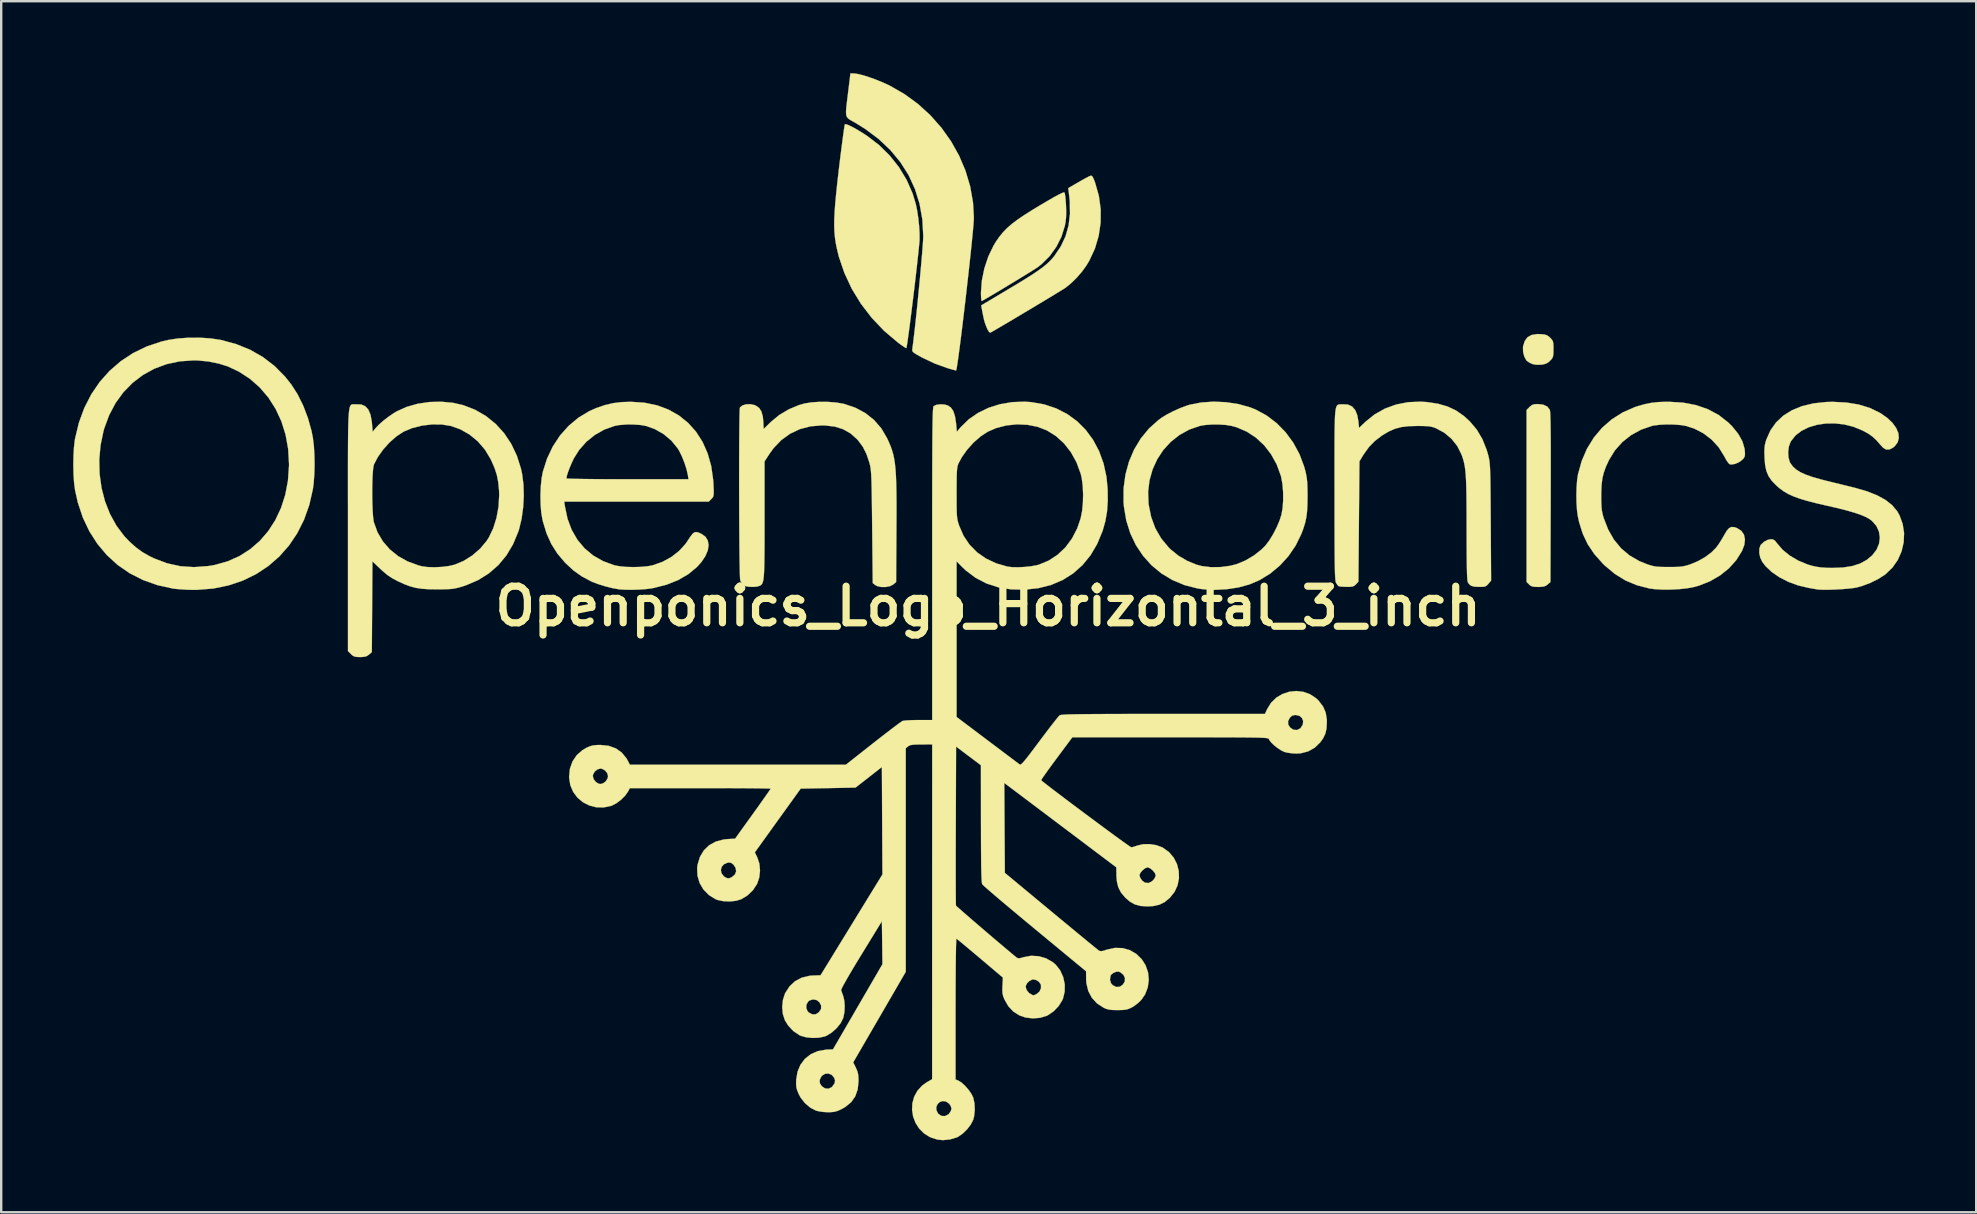
<source format=kicad_pcb>
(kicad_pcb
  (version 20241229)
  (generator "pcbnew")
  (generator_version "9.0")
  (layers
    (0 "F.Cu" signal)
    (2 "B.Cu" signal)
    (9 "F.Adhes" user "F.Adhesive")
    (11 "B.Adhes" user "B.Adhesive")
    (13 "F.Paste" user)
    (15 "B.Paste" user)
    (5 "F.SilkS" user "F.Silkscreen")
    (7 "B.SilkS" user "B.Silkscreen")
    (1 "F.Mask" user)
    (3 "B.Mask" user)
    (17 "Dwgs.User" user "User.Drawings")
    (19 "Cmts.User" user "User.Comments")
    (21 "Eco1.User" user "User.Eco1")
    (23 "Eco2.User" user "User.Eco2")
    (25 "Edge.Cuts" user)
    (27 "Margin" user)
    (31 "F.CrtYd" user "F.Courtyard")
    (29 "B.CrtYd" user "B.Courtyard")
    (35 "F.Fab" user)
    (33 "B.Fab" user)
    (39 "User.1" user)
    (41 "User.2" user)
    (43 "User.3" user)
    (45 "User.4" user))
  (footprint "Openponics_Logo_Horizontal_3_inch"
    (layer "F.Cu")
    (at 38.118 22.209)
    (property "Reference" "Openponics_Logo_Horizontal_3_inch" (at 0 0 0) (layer "F.SilkS") (effects (font (size 1.524 1.524) (thickness 0.3))))
    (attr through_hole)
    (fp_poly (pts (xy 23.015 -11.337) (xy 23.174 -11.322) (xy 23.279 -11.293) (xy 23.364 -11.238) (xy 23.422 -11.184) (xy 23.491 -11.11) (xy 23.531 -11.043) (xy 23.551 -10.956) (xy 23.558 -10.826) (xy 23.558 -10.713) (xy 23.556 -10.539) (xy 23.543 -10.425) (xy 23.515 -10.347) (xy 23.466 -10.28) (xy 23.453 -10.265) (xy 23.349 -10.166) (xy 23.249 -10.108) (xy 23.119 -10.074) (xy 23.029 -10.061) (xy 22.802 -10.064) (xy 22.669 -10.096) (xy 22.543 -10.157) (xy 22.442 -10.23) (xy 22.427 -10.247) (xy 22.342 -10.402) (xy 22.292 -10.598) (xy 22.287 -10.792) (xy 22.292 -10.827) (xy 22.361 -11.05) (xy 22.477 -11.208) (xy 22.647 -11.303) (xy 22.875 -11.34) (xy 23.015 -11.337)) (stroke (width 0.01) (type solid)) (fill yes) (layer "F.SilkS"))
    (fp_poly (pts (xy 23.131 -8.398) (xy 23.299 -8.32) (xy 23.401 -8.192) (xy 23.405 -8.183) (xy 23.414 -8.136) (xy 23.423 -8.039) (xy 23.429 -7.891) (xy 23.435 -7.687) (xy 23.439 -7.422) (xy 23.442 -7.095) (xy 23.445 -6.7) (xy 23.445 -6.235) (xy 23.445 -5.695) (xy 23.444 -5.077) (xy 23.443 -4.537) (xy 23.431 -1.009) (xy 23.313 -0.906) (xy 23.23 -0.848) (xy 23.134 -0.817) (xy 22.997 -0.805) (xy 22.919 -0.804) (xy 22.76 -0.809) (xy 22.657 -0.829) (xy 22.582 -0.87) (xy 22.541 -0.908) (xy 22.437 -1.012) (xy 22.437 -8.177) (xy 22.56 -8.301) (xy 22.653 -8.378) (xy 22.75 -8.415) (xy 22.891 -8.424) (xy 22.901 -8.424) (xy 23.131 -8.398)) (stroke (width 0.01) (type solid)) (fill yes) (layer "F.SilkS"))
    (fp_poly (pts (xy 3.181 -17.241) (xy 3.2 -17.183) (xy 3.219 -17.059) (xy 3.236 -16.888) (xy 3.248 -16.691) (xy 3.256 -16.416) (xy 3.249 -16.194) (xy 3.227 -15.997) (xy 3.199 -15.851) (xy 3.059 -15.399) (xy 2.844 -14.973) (xy 2.564 -14.586) (xy 2.227 -14.251) (xy 2.06 -14.122) (xy 1.973 -14.064) (xy 1.826 -13.971) (xy 1.63 -13.849) (xy 1.396 -13.706) (xy 1.138 -13.548) (xy 0.866 -13.384) (xy 0.594 -13.219) (xy 0.332 -13.063) (xy 0.093 -12.921) (xy -0.112 -12.801) (xy -0.265 -12.713) (xy -0.279 -12.744) (xy -0.289 -12.841) (xy -0.295 -12.988) (xy -0.296 -13.068) (xy -0.259 -13.568) (xy -0.155 -14.076) (xy 0.009 -14.569) (xy 0.227 -15.023) (xy 0.335 -15.201) (xy 0.475 -15.401) (xy 0.625 -15.584) (xy 0.793 -15.757) (xy 0.991 -15.929) (xy 1.228 -16.108) (xy 1.513 -16.302) (xy 1.857 -16.519) (xy 2.151 -16.697) (xy 2.482 -16.892) (xy 2.746 -17.044) (xy 2.945 -17.151) (xy 3.082 -17.218) (xy 3.16 -17.244) (xy 3.181 -17.241)) (stroke (width 0.01) (type solid)) (fill yes) (layer "F.SilkS"))
    (fp_poly (pts (xy 4.315 -17.934) (xy 4.356 -17.893) (xy 4.403 -17.798) (xy 4.461 -17.646) (xy 4.617 -17.097) (xy 4.693 -16.538) (xy 4.69 -15.98) (xy 4.609 -15.432) (xy 4.452 -14.901) (xy 4.218 -14.397) (xy 4.091 -14.187) (xy 3.908 -13.935) (xy 3.688 -13.682) (xy 3.455 -13.454) (xy 3.234 -13.275) (xy 3.217 -13.264) (xy 3.142 -13.215) (xy 3.007 -13.132) (xy 2.822 -13.019) (xy 2.596 -12.882) (xy 2.338 -12.727) (xy 2.058 -12.559) (xy 1.766 -12.383) (xy 1.47 -12.207) (xy 1.181 -12.034) (xy 0.907 -11.871) (xy 0.657 -11.724) (xy 0.442 -11.598) (xy 0.271 -11.498) (xy 0.153 -11.43) (xy 0.097 -11.4) (xy 0.096 -11.399) (xy 0.047 -11.422) (xy -0.012 -11.513) (xy -0.036 -11.563) (xy -0.096 -11.708) (xy -0.139 -11.829) (xy -0.173 -11.956) (xy -0.208 -12.12) (xy -0.229 -12.23) (xy -0.287 -12.534) (xy 0.888 -13.235) (xy 1.284 -13.472) (xy 1.613 -13.675) (xy 1.885 -13.848) (xy 2.108 -13.999) (xy 2.291 -14.133) (xy 2.441 -14.256) (xy 2.567 -14.374) (xy 2.678 -14.493) (xy 2.763 -14.597) (xy 3.031 -14.994) (xy 3.228 -15.414) (xy 3.355 -15.863) (xy 3.413 -16.35) (xy 3.404 -16.88) (xy 3.363 -17.251) (xy 3.339 -17.42) (xy 3.764 -17.667) (xy 3.94 -17.768) (xy 4.095 -17.852) (xy 4.212 -17.912) (xy 4.269 -17.935) (xy 4.315 -17.934)) (stroke (width 0.01) (type solid)) (fill yes) (layer "F.SilkS"))
    (fp_poly (pts (xy -5.799 -20.04) (xy -5.638 -19.961) (xy -5.438 -19.849) (xy -5.211 -19.709) (xy -5.042 -19.599) (xy -4.542 -19.216) (xy -4.096 -18.777) (xy -3.711 -18.291) (xy -3.393 -17.764) (xy -3.147 -17.206) (xy -3.011 -16.759) (xy -2.954 -16.484) (xy -2.907 -16.17) (xy -2.873 -15.845) (xy -2.855 -15.537) (xy -2.855 -15.273) (xy -2.859 -15.198) (xy -2.878 -14.993) (xy -2.904 -14.735) (xy -2.936 -14.434) (xy -2.974 -14.099) (xy -3.015 -13.738) (xy -3.059 -13.362) (xy -3.105 -12.979) (xy -3.152 -12.599) (xy -3.198 -12.23) (xy -3.242 -11.882) (xy -3.283 -11.565) (xy -3.321 -11.287) (xy -3.353 -11.058) (xy -3.379 -10.886) (xy -3.398 -10.782) (xy -3.407 -10.753) (xy -3.458 -10.778) (xy -3.558 -10.843) (xy -3.689 -10.937) (xy -3.757 -10.988) (xy -4.332 -11.475) (xy -4.846 -12.015) (xy -5.296 -12.6) (xy -5.678 -13.225) (xy -5.986 -13.884) (xy -6.219 -14.569) (xy -6.312 -14.957) (xy -6.353 -15.172) (xy -6.382 -15.389) (xy -6.402 -15.616) (xy -6.41 -15.862) (xy -6.407 -16.136) (xy -6.392 -16.448) (xy -6.365 -16.807) (xy -6.326 -17.221) (xy -6.275 -17.699) (xy -6.211 -18.251) (xy -6.204 -18.309) (xy -6.159 -18.684) (xy -6.115 -19.032) (xy -6.075 -19.345) (xy -6.039 -19.615) (xy -6.009 -19.831) (xy -5.986 -19.985) (xy -5.971 -20.068) (xy -5.967 -20.08) (xy -5.912 -20.082) (xy -5.799 -20.04)) (stroke (width 0.01) (type solid)) (fill yes) (layer "F.SilkS"))
    (fp_poly (pts (xy -5.559 -22.196) (xy -5.407 -22.173) (xy -5.197 -22.12) (xy -4.949 -22.041) (xy -4.681 -21.945) (xy -4.413 -21.836) (xy -4.161 -21.723) (xy -4.1 -21.693) (xy -3.485 -21.34) (xy -2.918 -20.926) (xy -2.402 -20.455) (xy -1.943 -19.936) (xy -1.543 -19.373) (xy -1.208 -18.775) (xy -0.941 -18.147) (xy -0.746 -17.495) (xy -0.628 -16.827) (xy -0.591 -16.206) (xy -0.596 -16.089) (xy -0.609 -15.904) (xy -0.63 -15.658) (xy -0.659 -15.36) (xy -0.693 -15.017) (xy -0.733 -14.636) (xy -0.777 -14.227) (xy -0.825 -13.796) (xy -0.875 -13.352) (xy -0.926 -12.902) (xy -0.979 -12.455) (xy -1.031 -12.018) (xy -1.081 -11.598) (xy -1.13 -11.205) (xy -1.176 -10.846) (xy -1.218 -10.528) (xy -1.255 -10.26) (xy -1.286 -10.049) (xy -1.311 -9.903) (xy -1.328 -9.83) (xy -1.333 -9.824) (xy -1.392 -9.836) (xy -1.508 -9.868) (xy -1.66 -9.912) (xy -1.693 -9.922) (xy -2.221 -10.111) (xy -2.74 -10.358) (xy -2.861 -10.424) (xy -3.012 -10.51) (xy -3.103 -10.571) (xy -3.148 -10.621) (xy -3.16 -10.675) (xy -3.152 -10.75) (xy -3.122 -10.971) (xy -3.088 -11.252) (xy -3.05 -11.582) (xy -3.01 -11.952) (xy -2.968 -12.349) (xy -2.926 -12.763) (xy -2.885 -13.184) (xy -2.845 -13.6) (xy -2.808 -14.001) (xy -2.775 -14.375) (xy -2.746 -14.712) (xy -2.724 -15.002) (xy -2.708 -15.232) (xy -2.701 -15.393) (xy -2.7 -15.431) (xy -2.738 -16.116) (xy -2.854 -16.768) (xy -3.046 -17.385) (xy -3.313 -17.965) (xy -3.656 -18.506) (xy -4.073 -19.009) (xy -4.563 -19.471) (xy -5.126 -19.892) (xy -5.543 -20.149) (xy -5.67 -20.22) (xy -5.767 -20.277) (xy -5.839 -20.331) (xy -5.886 -20.395) (xy -5.912 -20.479) (xy -5.918 -20.596) (xy -5.909 -20.756) (xy -5.885 -20.971) (xy -5.851 -21.253) (xy -5.827 -21.442) (xy -5.735 -22.204) (xy -5.559 -22.196)) (stroke (width 0.01) (type solid)) (fill yes) (layer "F.SilkS"))
    (fp_poly (pts (xy 9.918 -8.501) (xy 10.43 -8.423) (xy 10.909 -8.29) (xy 11.146 -8.197) (xy 11.604 -7.949) (xy 12.022 -7.631) (xy 12.395 -7.251) (xy 12.714 -6.817) (xy 12.975 -6.337) (xy 13.17 -5.818) (xy 13.217 -5.646) (xy 13.255 -5.482) (xy 13.281 -5.324) (xy 13.298 -5.153) (xy 13.307 -4.947) (xy 13.311 -4.685) (xy 13.311 -4.572) (xy 13.306 -4.224) (xy 13.29 -3.938) (xy 13.258 -3.692) (xy 13.208 -3.463) (xy 13.135 -3.23) (xy 13.053 -3.012) (xy 12.817 -2.53) (xy 12.516 -2.088) (xy 12.157 -1.694) (xy 11.75 -1.356) (xy 11.303 -1.084) (xy 10.892 -0.909) (xy 10.441 -0.785) (xy 9.95 -0.709) (xy 9.447 -0.682) (xy 8.963 -0.707) (xy 8.735 -0.74) (xy 8.187 -0.88) (xy 7.681 -1.091) (xy 7.221 -1.368) (xy 6.811 -1.707) (xy 6.456 -2.102) (xy 6.159 -2.548) (xy 5.925 -3.041) (xy 5.757 -3.577) (xy 5.661 -4.149) (xy 5.645 -4.338) (xy 5.647 -4.765) (xy 6.668 -4.765) (xy 6.687 -4.271) (xy 6.69 -4.244) (xy 6.793 -3.726) (xy 6.967 -3.253) (xy 7.213 -2.826) (xy 7.53 -2.444) (xy 7.617 -2.359) (xy 7.934 -2.104) (xy 8.296 -1.892) (xy 8.675 -1.735) (xy 8.911 -1.672) (xy 9.286 -1.627) (xy 9.691 -1.632) (xy 10.092 -1.686) (xy 10.36 -1.755) (xy 10.723 -1.906) (xy 11.081 -2.119) (xy 11.403 -2.374) (xy 11.558 -2.531) (xy 11.717 -2.74) (xy 11.879 -3.004) (xy 12.028 -3.295) (xy 12.151 -3.588) (xy 12.222 -3.81) (xy 12.272 -4.085) (xy 12.295 -4.41) (xy 12.293 -4.755) (xy 12.265 -5.09) (xy 12.212 -5.385) (xy 12.198 -5.437) (xy 12.027 -5.907) (xy 11.793 -6.331) (xy 11.504 -6.705) (xy 11.165 -7.021) (xy 10.784 -7.272) (xy 10.365 -7.453) (xy 10.152 -7.513) (xy 9.91 -7.553) (xy 9.624 -7.572) (xy 9.326 -7.572) (xy 9.047 -7.552) (xy 8.825 -7.514) (xy 8.378 -7.359) (xy 7.972 -7.134) (xy 7.611 -6.849) (xy 7.301 -6.509) (xy 7.047 -6.123) (xy 6.854 -5.699) (xy 6.726 -5.244) (xy 6.668 -4.765) (xy 5.647 -4.765) (xy 5.648 -4.924) (xy 5.725 -5.489) (xy 5.872 -6.027) (xy 6.086 -6.53) (xy 6.365 -6.992) (xy 6.704 -7.404) (xy 7.101 -7.76) (xy 7.253 -7.87) (xy 7.462 -7.996) (xy 7.72 -8.128) (xy 7.997 -8.252) (xy 8.261 -8.352) (xy 8.407 -8.398) (xy 8.885 -8.49) (xy 9.396 -8.524) (xy 9.918 -8.501)) (stroke (width 0.01) (type solid)) (fill yes) (layer "F.SilkS"))
    (fp_poly (pts (xy -32.396 -11.16) (xy -31.993 -11.1) (xy -31.97 -11.096) (xy -31.332 -10.924) (xy -30.748 -10.687) (xy -30.215 -10.383) (xy -29.731 -10.012) (xy -29.295 -9.571) (xy -29.035 -9.245) (xy -28.769 -8.83) (xy -28.534 -8.355) (xy -28.338 -7.841) (xy -28.19 -7.311) (xy -28.131 -7.012) (xy -28.091 -6.685) (xy -28.068 -6.304) (xy -28.061 -5.899) (xy -28.072 -5.497) (xy -28.099 -5.127) (xy -28.13 -4.887) (xy -28.28 -4.224) (xy -28.499 -3.608) (xy -28.783 -3.042) (xy -29.128 -2.529) (xy -29.531 -2.072) (xy -29.988 -1.674) (xy -30.495 -1.339) (xy -31.049 -1.069) (xy -31.646 -0.868) (xy -32.281 -0.738) (xy -32.953 -0.683) (xy -33.147 -0.682) (xy -33.386 -0.689) (xy -33.637 -0.704) (xy -33.861 -0.724) (xy -33.972 -0.739) (xy -34.613 -0.88) (xy -35.211 -1.093) (xy -35.762 -1.373) (xy -36.264 -1.719) (xy -36.713 -2.128) (xy -37.107 -2.595) (xy -37.443 -3.119) (xy -37.717 -3.695) (xy -37.926 -4.322) (xy -38.04 -4.832) (xy -38.08 -5.131) (xy -38.104 -5.485) (xy -38.113 -5.87) (xy -38.109 -6.105) (xy -37.033 -6.105) (xy -37.018 -5.509) (xy -36.937 -4.927) (xy -36.792 -4.369) (xy -36.585 -3.843) (xy -36.318 -3.358) (xy -35.993 -2.924) (xy -35.766 -2.686) (xy -35.497 -2.447) (xy -35.237 -2.257) (xy -34.951 -2.093) (xy -34.742 -1.991) (xy -34.206 -1.789) (xy -33.657 -1.668) (xy -33.092 -1.63) (xy -32.506 -1.672) (xy -32.218 -1.721) (xy -31.685 -1.87) (xy -31.192 -2.089) (xy -30.744 -2.376) (xy -30.342 -2.724) (xy -29.992 -3.13) (xy -29.697 -3.588) (xy -29.459 -4.095) (xy -29.282 -4.644) (xy -29.17 -5.233) (xy -29.126 -5.856) (xy -29.126 -5.932) (xy -29.162 -6.554) (xy -29.269 -7.147) (xy -29.444 -7.704) (xy -29.684 -8.221) (xy -29.984 -8.692) (xy -30.342 -9.112) (xy -30.754 -9.476) (xy -31.217 -9.777) (xy -31.68 -9.994) (xy -32.059 -10.112) (xy -32.483 -10.197) (xy -32.916 -10.24) (xy -33.1 -10.244) (xy -33.678 -10.204) (xy -34.226 -10.087) (xy -34.74 -9.896) (xy -35.213 -9.636) (xy -35.642 -9.309) (xy -36.023 -8.921) (xy -36.349 -8.473) (xy -36.617 -7.97) (xy -36.823 -7.416) (xy -36.855 -7.303) (xy -36.979 -6.705) (xy -37.033 -6.105) (xy -38.109 -6.105) (xy -38.107 -6.256) (xy -38.086 -6.619) (xy -38.05 -6.931) (xy -38.04 -6.985) (xy -37.882 -7.645) (xy -37.656 -8.261) (xy -37.365 -8.829) (xy -37.013 -9.346) (xy -36.602 -9.807) (xy -36.137 -10.209) (xy -35.621 -10.549) (xy -35.056 -10.823) (xy -34.448 -11.027) (xy -34.163 -11.094) (xy -33.76 -11.156) (xy -33.311 -11.188) (xy -32.846 -11.189) (xy -32.396 -11.16)) (stroke (width 0.01) (type solid)) (fill yes) (layer "F.SilkS"))
    (fp_poly (pts (xy -6.661 -8.514) (xy -6.319 -8.487) (xy -6.022 -8.435) (xy -5.99 -8.428) (xy -5.521 -8.268) (xy -5.107 -8.045) (xy -4.75 -7.76) (xy -4.451 -7.415) (xy -4.216 -7.017) (xy -4.135 -6.844) (xy -4.065 -6.679) (xy -4.006 -6.515) (xy -3.956 -6.345) (xy -3.915 -6.161) (xy -3.883 -5.955) (xy -3.858 -5.719) (xy -3.839 -5.446) (xy -3.827 -5.128) (xy -3.819 -4.757) (xy -3.815 -4.326) (xy -3.815 -3.826) (xy -3.818 -3.251) (xy -3.818 -3.161) (xy -3.831 -1.009) (xy -3.95 -0.906) (xy -4.082 -0.837) (xy -4.258 -0.802) (xy -4.446 -0.801) (xy -4.613 -0.836) (xy -4.705 -0.885) (xy -4.805 -0.966) (xy -4.829 -3.309) (xy -4.835 -3.817) (xy -4.84 -4.247) (xy -4.845 -4.608) (xy -4.85 -4.908) (xy -4.856 -5.152) (xy -4.863 -5.35) (xy -4.871 -5.508) (xy -4.881 -5.634) (xy -4.892 -5.736) (xy -4.906 -5.821) (xy -4.922 -5.896) (xy -4.942 -5.97) (xy -4.943 -5.976) (xy -5.065 -6.34) (xy -5.218 -6.644) (xy -5.411 -6.905) (xy -5.465 -6.964) (xy -5.736 -7.204) (xy -6.038 -7.375) (xy -6.379 -7.483) (xy -6.772 -7.531) (xy -6.923 -7.535) (xy -7.399 -7.496) (xy -7.842 -7.38) (xy -8.248 -7.188) (xy -8.615 -6.923) (xy -8.937 -6.586) (xy -9.101 -6.36) (xy -9.313 -6.036) (xy -9.313 -3.61) (xy -9.313 -3.07) (xy -9.314 -2.609) (xy -9.316 -2.22) (xy -9.32 -1.896) (xy -9.325 -1.631) (xy -9.333 -1.418) (xy -9.345 -1.252) (xy -9.359 -1.125) (xy -9.378 -1.031) (xy -9.401 -0.964) (xy -9.429 -0.917) (xy -9.463 -0.884) (xy -9.502 -0.859) (xy -9.519 -0.85) (xy -9.632 -0.818) (xy -9.79 -0.805) (xy -9.959 -0.811) (xy -10.107 -0.835) (xy -10.191 -0.869) (xy -10.264 -0.953) (xy -10.322 -1.073) (xy -10.327 -1.091) (xy -10.334 -1.157) (xy -10.34 -1.297) (xy -10.346 -1.506) (xy -10.351 -1.776) (xy -10.356 -2.098) (xy -10.36 -2.466) (xy -10.363 -2.871) (xy -10.366 -3.306) (xy -10.368 -3.764) (xy -10.37 -4.236) (xy -10.371 -4.716) (xy -10.372 -5.195) (xy -10.371 -5.665) (xy -10.371 -6.12) (xy -10.369 -6.552) (xy -10.367 -6.953) (xy -10.364 -7.315) (xy -10.361 -7.631) (xy -10.357 -7.893) (xy -10.352 -8.094) (xy -10.346 -8.225) (xy -10.34 -8.28) (xy -10.339 -8.28) (xy -10.236 -8.366) (xy -10.081 -8.413) (xy -9.902 -8.419) (xy -9.724 -8.38) (xy -9.678 -8.36) (xy -9.538 -8.262) (xy -9.443 -8.114) (xy -9.386 -7.906) (xy -9.366 -7.707) (xy -9.349 -7.387) (xy -9.035 -7.693) (xy -8.699 -7.969) (xy -8.308 -8.202) (xy -7.889 -8.378) (xy -7.641 -8.449) (xy -7.354 -8.495) (xy -7.017 -8.517) (xy -6.661 -8.514)) (stroke (width 0.01) (type solid)) (fill yes) (layer "F.SilkS"))
    (fp_poly (pts (xy 28.958 -8.483) (xy 29.502 -8.379) (xy 29.996 -8.207) (xy 30.441 -7.968) (xy 30.837 -7.659) (xy 31.009 -7.488) (xy 31.261 -7.175) (xy 31.432 -6.865) (xy 31.52 -6.561) (xy 31.53 -6.472) (xy 31.537 -6.328) (xy 31.523 -6.236) (xy 31.481 -6.164) (xy 31.424 -6.102) (xy 31.286 -5.999) (xy 31.123 -5.93) (xy 30.969 -5.905) (xy 30.909 -5.913) (xy 30.847 -5.963) (xy 30.765 -6.08) (xy 30.671 -6.251) (xy 30.669 -6.257) (xy 30.443 -6.62) (xy 30.152 -6.938) (xy 29.809 -7.202) (xy 29.425 -7.401) (xy 29.081 -7.512) (xy 28.852 -7.55) (xy 28.574 -7.571) (xy 28.279 -7.575) (xy 27.995 -7.562) (xy 27.751 -7.532) (xy 27.663 -7.514) (xy 27.208 -7.357) (xy 26.794 -7.131) (xy 26.428 -6.842) (xy 26.119 -6.495) (xy 25.874 -6.097) (xy 25.864 -6.077) (xy 25.741 -5.809) (xy 25.654 -5.568) (xy 25.596 -5.329) (xy 25.563 -5.067) (xy 25.549 -4.757) (xy 25.548 -4.593) (xy 25.55 -4.336) (xy 25.558 -4.14) (xy 25.575 -3.984) (xy 25.602 -3.845) (xy 25.642 -3.7) (xy 25.647 -3.684) (xy 25.837 -3.195) (xy 26.078 -2.773) (xy 26.374 -2.414) (xy 26.725 -2.118) (xy 27.133 -1.882) (xy 27.454 -1.752) (xy 27.603 -1.703) (xy 27.732 -1.67) (xy 27.866 -1.649) (xy 28.026 -1.639) (xy 28.236 -1.635) (xy 28.363 -1.634) (xy 28.607 -1.636) (xy 28.79 -1.643) (xy 28.935 -1.659) (xy 29.065 -1.686) (xy 29.204 -1.727) (xy 29.273 -1.75) (xy 29.581 -1.88) (xy 29.878 -2.05) (xy 30.14 -2.245) (xy 30.336 -2.442) (xy 30.433 -2.575) (xy 30.546 -2.75) (xy 30.653 -2.931) (xy 30.667 -2.958) (xy 30.776 -3.143) (xy 30.875 -3.255) (xy 30.977 -3.303) (xy 31.097 -3.295) (xy 31.205 -3.257) (xy 31.383 -3.144) (xy 31.494 -2.985) (xy 31.536 -2.786) (xy 31.509 -2.554) (xy 31.413 -2.303) (xy 31.175 -1.923) (xy 30.869 -1.581) (xy 30.502 -1.286) (xy 30.084 -1.043) (xy 29.624 -0.86) (xy 29.421 -0.803) (xy 29.141 -0.75) (xy 28.809 -0.713) (xy 28.453 -0.694) (xy 28.1 -0.693) (xy 27.777 -0.711) (xy 27.548 -0.742) (xy 27.029 -0.876) (xy 26.554 -1.075) (xy 26.114 -1.346) (xy 25.698 -1.694) (xy 25.612 -1.778) (xy 25.262 -2.171) (xy 24.986 -2.581) (xy 24.776 -3.024) (xy 24.623 -3.515) (xy 24.572 -3.754) (xy 24.538 -4.005) (xy 24.518 -4.309) (xy 24.512 -4.639) (xy 24.521 -4.966) (xy 24.544 -5.264) (xy 24.578 -5.492) (xy 24.733 -6.051) (xy 24.955 -6.565) (xy 25.24 -7.028) (xy 25.585 -7.437) (xy 25.987 -7.787) (xy 26.44 -8.074) (xy 26.943 -8.295) (xy 27.051 -8.331) (xy 27.353 -8.418) (xy 27.633 -8.475) (xy 27.925 -8.507) (xy 28.259 -8.519) (xy 28.363 -8.519) (xy 28.958 -8.483)) (stroke (width 0.01) (type solid)) (fill yes) (layer "F.SilkS"))
    (fp_poly (pts (xy -14.315 -8.48) (xy -13.79 -8.371) (xy -13.31 -8.191) (xy -12.877 -7.946) (xy -12.495 -7.637) (xy -12.166 -7.269) (xy -11.894 -6.844) (xy -11.683 -6.365) (xy -11.534 -5.837) (xy -11.453 -5.261) (xy -11.442 -5.094) (xy -11.433 -4.878) (xy -11.43 -4.729) (xy -11.436 -4.631) (xy -11.453 -4.566) (xy -11.483 -4.518) (xy -11.528 -4.47) (xy -11.638 -4.36) (xy -17.658 -4.36) (xy -17.63 -4.159) (xy -17.522 -3.645) (xy -17.348 -3.181) (xy -17.11 -2.769) (xy -16.812 -2.413) (xy -16.455 -2.115) (xy -16.043 -1.88) (xy -15.577 -1.709) (xy -15.575 -1.708) (xy -15.352 -1.665) (xy -15.073 -1.639) (xy -14.766 -1.631) (xy -14.459 -1.64) (xy -14.179 -1.667) (xy -13.97 -1.707) (xy -13.568 -1.849) (xy -13.197 -2.052) (xy -12.871 -2.306) (xy -12.606 -2.598) (xy -12.535 -2.701) (xy -12.412 -2.888) (xy -12.319 -3.01) (xy -12.24 -3.076) (xy -12.16 -3.093) (xy -12.065 -3.07) (xy -11.95 -3.02) (xy -11.779 -2.9) (xy -11.678 -2.739) (xy -11.644 -2.546) (xy -11.677 -2.327) (xy -11.777 -2.091) (xy -11.941 -1.845) (xy -12.126 -1.638) (xy -12.483 -1.34) (xy -12.905 -1.094) (xy -13.388 -0.9) (xy -13.927 -0.762) (xy -14.031 -0.742) (xy -14.258 -0.713) (xy -14.533 -0.694) (xy -14.824 -0.685) (xy -15.101 -0.687) (xy -15.334 -0.701) (xy -15.388 -0.707) (xy -15.654 -0.756) (xy -15.95 -0.83) (xy -16.24 -0.92) (xy -16.489 -1.014) (xy -16.528 -1.032) (xy -16.925 -1.242) (xy -17.274 -1.49) (xy -17.605 -1.797) (xy -17.638 -1.831) (xy -17.949 -2.201) (xy -18.198 -2.595) (xy -18.394 -3.03) (xy -18.545 -3.523) (xy -18.569 -3.619) (xy -18.617 -3.911) (xy -18.644 -4.256) (xy -18.65 -4.628) (xy -18.635 -4.999) (xy -18.601 -5.326) (xy -17.568 -5.326) (xy -17.527 -5.32) (xy -17.409 -5.314) (xy -17.22 -5.309) (xy -16.969 -5.304) (xy -16.662 -5.3) (xy -16.308 -5.296) (xy -15.912 -5.294) (xy -15.483 -5.292) (xy -15.028 -5.292) (xy -12.481 -5.292) (xy -12.509 -5.472) (xy -12.563 -5.708) (xy -12.649 -5.975) (xy -12.755 -6.241) (xy -12.868 -6.473) (xy -12.929 -6.574) (xy -13.195 -6.9) (xy -13.52 -7.173) (xy -13.89 -7.383) (xy -14.251 -7.511) (xy -14.492 -7.553) (xy -14.78 -7.573) (xy -15.082 -7.572) (xy -15.364 -7.549) (xy -15.559 -7.514) (xy -15.985 -7.363) (xy -16.382 -7.139) (xy -16.738 -6.851) (xy -17.04 -6.509) (xy -17.259 -6.16) (xy -17.348 -5.972) (xy -17.432 -5.774) (xy -17.502 -5.586) (xy -17.55 -5.43) (xy -17.568 -5.327) (xy -17.568 -5.326) (xy -18.601 -5.326) (xy -18.599 -5.342) (xy -18.55 -5.603) (xy -18.375 -6.152) (xy -18.135 -6.657) (xy -17.835 -7.113) (xy -17.479 -7.513) (xy -17.073 -7.853) (xy -16.622 -8.126) (xy -16.32 -8.26) (xy -15.96 -8.383) (xy -15.617 -8.463) (xy -15.257 -8.506) (xy -14.88 -8.518) (xy -14.315 -8.48)) (stroke (width 0.01) (type solid)) (fill yes) (layer "F.SilkS"))
    (fp_poly (pts (xy 18.296 -8.506) (xy 18.752 -8.436) (xy 19.148 -8.321) (xy 19.5 -8.154) (xy 19.824 -7.928) (xy 20.067 -7.707) (xy 20.362 -7.359) (xy 20.596 -6.963) (xy 20.776 -6.511) (xy 20.835 -6.308) (xy 20.855 -6.229) (xy 20.872 -6.152) (xy 20.886 -6.07) (xy 20.898 -5.976) (xy 20.908 -5.861) (xy 20.916 -5.719) (xy 20.922 -5.541) (xy 20.928 -5.322) (xy 20.932 -5.052) (xy 20.935 -4.725) (xy 20.939 -4.333) (xy 20.942 -3.87) (xy 20.944 -3.509) (xy 20.959 -1.07) (xy 20.848 -0.937) (xy 20.781 -0.866) (xy 20.716 -0.826) (xy 20.624 -0.809) (xy 20.479 -0.806) (xy 20.454 -0.806) (xy 20.262 -0.816) (xy 20.133 -0.85) (xy 20.045 -0.917) (xy 19.988 -1.003) (xy 19.976 -1.053) (xy 19.966 -1.159) (xy 19.957 -1.324) (xy 19.951 -1.551) (xy 19.945 -1.847) (xy 19.942 -2.214) (xy 19.94 -2.657) (xy 19.939 -3.179) (xy 19.939 -3.23) (xy 19.938 -3.767) (xy 19.936 -4.227) (xy 19.932 -4.619) (xy 19.926 -4.949) (xy 19.916 -5.227) (xy 19.903 -5.459) (xy 19.885 -5.655) (xy 19.863 -5.821) (xy 19.835 -5.966) (xy 19.802 -6.097) (xy 19.762 -6.223) (xy 19.726 -6.321) (xy 19.551 -6.672) (xy 19.308 -6.978) (xy 19.008 -7.23) (xy 18.667 -7.414) (xy 18.557 -7.456) (xy 18.447 -7.484) (xy 18.317 -7.501) (xy 18.146 -7.509) (xy 17.913 -7.512) (xy 17.886 -7.512) (xy 17.523 -7.502) (xy 17.22 -7.465) (xy 16.953 -7.394) (xy 16.699 -7.284) (xy 16.436 -7.128) (xy 16.409 -7.11) (xy 16.113 -6.884) (xy 15.867 -6.631) (xy 15.648 -6.324) (xy 15.617 -6.274) (xy 15.473 -6.036) (xy 15.452 -3.529) (xy 15.431 -1.023) (xy 15.328 -0.914) (xy 15.261 -0.853) (xy 15.187 -0.821) (xy 15.078 -0.808) (xy 14.947 -0.808) (xy 14.795 -0.813) (xy 14.674 -0.822) (xy 14.615 -0.833) (xy 14.559 -0.883) (xy 14.499 -0.974) (xy 14.498 -0.975) (xy 14.487 -1.006) (xy 14.477 -1.056) (xy 14.469 -1.13) (xy 14.461 -1.234) (xy 14.455 -1.373) (xy 14.45 -1.551) (xy 14.446 -1.775) (xy 14.442 -2.05) (xy 14.44 -2.38) (xy 14.438 -2.771) (xy 14.437 -3.229) (xy 14.436 -3.758) (xy 14.436 -4.365) (xy 14.436 -4.692) (xy 14.435 -5.337) (xy 14.435 -5.903) (xy 14.435 -6.395) (xy 14.436 -6.818) (xy 14.438 -7.177) (xy 14.442 -7.477) (xy 14.448 -7.724) (xy 14.456 -7.923) (xy 14.468 -8.079) (xy 14.483 -8.198) (xy 14.503 -8.284) (xy 14.527 -8.343) (xy 14.556 -8.38) (xy 14.59 -8.4) (xy 14.631 -8.408) (xy 14.678 -8.411) (xy 14.731 -8.412) (xy 14.769 -8.414) (xy 14.989 -8.404) (xy 15.165 -8.325) (xy 15.296 -8.176) (xy 15.385 -7.955) (xy 15.429 -7.705) (xy 15.457 -7.429) (xy 15.722 -7.684) (xy 16.104 -7.992) (xy 16.533 -8.233) (xy 17 -8.404) (xy 17.499 -8.502) (xy 18.021 -8.524) (xy 18.296 -8.506)) (stroke (width 0.01) (type solid)) (fill yes) (layer "F.SilkS"))
    (fp_poly (pts (xy 35.77 -8.487) (xy 36.281 -8.403) (xy 36.741 -8.261) (xy 37.156 -8.06) (xy 37.193 -8.038) (xy 37.468 -7.845) (xy 37.684 -7.638) (xy 37.837 -7.425) (xy 37.926 -7.214) (xy 37.947 -7.012) (xy 37.898 -6.826) (xy 37.776 -6.666) (xy 37.69 -6.598) (xy 37.546 -6.528) (xy 37.419 -6.528) (xy 37.295 -6.602) (xy 37.184 -6.72) (xy 37.013 -6.917) (xy 36.855 -7.064) (xy 36.68 -7.188) (xy 36.458 -7.31) (xy 36.428 -7.325) (xy 36.058 -7.477) (xy 35.672 -7.574) (xy 35.281 -7.619) (xy 34.897 -7.613) (xy 34.53 -7.558) (xy 34.191 -7.456) (xy 33.893 -7.308) (xy 33.644 -7.117) (xy 33.458 -6.884) (xy 33.431 -6.837) (xy 33.363 -6.645) (xy 33.336 -6.421) (xy 33.35 -6.198) (xy 33.404 -6.008) (xy 33.424 -5.97) (xy 33.527 -5.827) (xy 33.663 -5.701) (xy 33.84 -5.588) (xy 34.068 -5.484) (xy 34.356 -5.383) (xy 34.714 -5.281) (xy 34.946 -5.222) (xy 35.231 -5.152) (xy 35.555 -5.073) (xy 35.876 -4.994) (xy 36.126 -4.932) (xy 36.625 -4.787) (xy 37.046 -4.62) (xy 37.393 -4.429) (xy 37.669 -4.21) (xy 37.877 -3.961) (xy 37.972 -3.798) (xy 38.107 -3.43) (xy 38.166 -3.048) (xy 38.149 -2.664) (xy 38.062 -2.288) (xy 37.906 -1.934) (xy 37.684 -1.614) (xy 37.4 -1.34) (xy 37.37 -1.316) (xy 37.089 -1.136) (xy 36.758 -0.972) (xy 36.408 -0.841) (xy 36.195 -0.782) (xy 36.041 -0.756) (xy 35.829 -0.732) (xy 35.581 -0.712) (xy 35.316 -0.697) (xy 35.057 -0.688) (xy 34.824 -0.686) (xy 34.638 -0.692) (xy 34.544 -0.702) (xy 34.445 -0.72) (xy 34.299 -0.745) (xy 34.184 -0.765) (xy 33.752 -0.867) (xy 33.343 -1.017) (xy 32.971 -1.207) (xy 32.648 -1.429) (xy 32.388 -1.677) (xy 32.251 -1.859) (xy 32.171 -2.033) (xy 32.132 -2.224) (xy 32.137 -2.404) (xy 32.186 -2.545) (xy 32.195 -2.558) (xy 32.329 -2.685) (xy 32.492 -2.769) (xy 32.623 -2.794) (xy 32.717 -2.779) (xy 32.796 -2.722) (xy 32.874 -2.621) (xy 33.108 -2.35) (xy 33.409 -2.106) (xy 33.762 -1.899) (xy 34.151 -1.738) (xy 34.32 -1.688) (xy 34.526 -1.642) (xy 34.747 -1.613) (xy 35.01 -1.599) (xy 35.179 -1.597) (xy 35.626 -1.614) (xy 36.007 -1.674) (xy 36.333 -1.779) (xy 36.612 -1.932) (xy 36.838 -2.121) (xy 37.017 -2.352) (xy 37.123 -2.603) (xy 37.156 -2.861) (xy 37.118 -3.114) (xy 37.009 -3.349) (xy 36.83 -3.553) (xy 36.73 -3.629) (xy 36.57 -3.72) (xy 36.356 -3.811) (xy 36.082 -3.903) (xy 35.742 -4) (xy 35.33 -4.103) (xy 34.961 -4.187) (xy 34.511 -4.291) (xy 34.135 -4.388) (xy 33.82 -4.482) (xy 33.558 -4.577) (xy 33.337 -4.678) (xy 33.146 -4.79) (xy 32.974 -4.916) (xy 32.852 -5.022) (xy 32.657 -5.222) (xy 32.519 -5.42) (xy 32.428 -5.636) (xy 32.375 -5.891) (xy 32.351 -6.202) (xy 32.346 -6.428) (xy 32.351 -6.598) (xy 32.369 -6.736) (xy 32.404 -6.871) (xy 32.426 -6.943) (xy 32.598 -7.328) (xy 32.834 -7.661) (xy 33.135 -7.942) (xy 33.497 -8.168) (xy 33.918 -8.339) (xy 34.396 -8.453) (xy 34.929 -8.51) (xy 35.2 -8.516) (xy 35.77 -8.487)) (stroke (width 0.01) (type solid)) (fill yes) (layer "F.SilkS"))
    (fp_poly (pts (xy -22.295 -8.476) (xy -21.867 -8.378) (xy -21.371 -8.186) (xy -20.919 -7.924) (xy -20.515 -7.597) (xy -20.163 -7.21) (xy -19.868 -6.767) (xy -19.633 -6.273) (xy -19.462 -5.733) (xy -19.413 -5.505) (xy -19.358 -5.072) (xy -19.344 -4.6) (xy -19.371 -4.115) (xy -19.436 -3.645) (xy -19.538 -3.217) (xy -19.572 -3.111) (xy -19.791 -2.583) (xy -20.069 -2.117) (xy -20.405 -1.712) (xy -20.799 -1.369) (xy -21.249 -1.088) (xy -21.757 -0.871) (xy -21.916 -0.819) (xy -22.071 -0.774) (xy -22.208 -0.743) (xy -22.347 -0.722) (xy -22.511 -0.711) (xy -22.72 -0.705) (xy -22.945 -0.703) (xy -23.298 -0.708) (xy -23.591 -0.728) (xy -23.844 -0.766) (xy -24.081 -0.829) (xy -24.323 -0.92) (xy -24.588 -1.041) (xy -24.831 -1.17) (xy -25.038 -1.309) (xy -25.244 -1.484) (xy -25.317 -1.552) (xy -25.651 -1.871) (xy -25.663 0.02) (xy -25.675 1.912) (xy -25.794 2.015) (xy -25.883 2.076) (xy -25.986 2.107) (xy -26.136 2.117) (xy -26.168 2.117) (xy -26.319 2.112) (xy -26.418 2.089) (xy -26.497 2.04) (xy -26.546 1.993) (xy -26.67 1.869) (xy -26.67 -3.209) (xy -26.67 -3.981) (xy -26.671 -4.673) (xy -26.671 -4.845) (xy -25.659 -4.845) (xy -25.659 -4.547) (xy -25.653 -4.256) (xy -25.642 -3.986) (xy -25.626 -3.754) (xy -25.605 -3.574) (xy -25.589 -3.495) (xy -25.438 -3.079) (xy -25.216 -2.702) (xy -24.928 -2.37) (xy -24.581 -2.089) (xy -24.18 -1.865) (xy -23.732 -1.702) (xy -23.601 -1.668) (xy -23.358 -1.633) (xy -23.066 -1.624) (xy -22.757 -1.639) (xy -22.463 -1.676) (xy -22.225 -1.732) (xy -21.848 -1.89) (xy -21.488 -2.117) (xy -21.164 -2.398) (xy -20.895 -2.718) (xy -20.8 -2.865) (xy -20.617 -3.249) (xy -20.481 -3.684) (xy -20.396 -4.151) (xy -20.369 -4.626) (xy -20.375 -4.822) (xy -20.408 -5.165) (xy -20.466 -5.465) (xy -20.56 -5.756) (xy -20.697 -6.072) (xy -20.725 -6.129) (xy -20.963 -6.524) (xy -21.259 -6.869) (xy -21.605 -7.154) (xy -21.992 -7.373) (xy -22.379 -7.511) (xy -22.757 -7.572) (xy -23.167 -7.576) (xy -23.586 -7.526) (xy -23.988 -7.425) (xy -24.345 -7.277) (xy -24.354 -7.272) (xy -24.648 -7.08) (xy -24.937 -6.826) (xy -25.203 -6.53) (xy -25.428 -6.213) (xy -25.588 -5.906) (xy -25.612 -5.802) (xy -25.631 -5.629) (xy -25.646 -5.402) (xy -25.655 -5.135) (xy -25.659 -4.845) (xy -26.671 -4.845) (xy -26.671 -5.289) (xy -26.671 -5.834) (xy -26.67 -6.311) (xy -26.668 -6.726) (xy -26.665 -7.082) (xy -26.661 -7.385) (xy -26.654 -7.638) (xy -26.646 -7.846) (xy -26.635 -8.013) (xy -26.622 -8.144) (xy -26.606 -8.244) (xy -26.586 -8.315) (xy -26.563 -8.363) (xy -26.537 -8.393) (xy -26.506 -8.408) (xy -26.471 -8.414) (xy -26.431 -8.414) (xy -26.387 -8.412) (xy -26.337 -8.414) (xy -26.337 -8.414) (xy -26.122 -8.407) (xy -25.952 -8.335) (xy -25.823 -8.197) (xy -25.733 -7.989) (xy -25.679 -7.707) (xy -25.67 -7.617) (xy -25.641 -7.267) (xy -25.517 -7.422) (xy -25.381 -7.566) (xy -25.194 -7.731) (xy -24.979 -7.897) (xy -24.76 -8.047) (xy -24.638 -8.12) (xy -24.227 -8.305) (xy -23.77 -8.435) (xy -23.283 -8.508) (xy -22.785 -8.522) (xy -22.295 -8.476)) (stroke (width 0.01) (type solid)) (fill yes) (layer "F.SilkS"))
    (fp_poly (pts (xy 1.802 -8.504) (xy 2.342 -8.41) (xy 2.842 -8.242) (xy 3.3 -8.007) (xy 3.71 -7.707) (xy 4.07 -7.347) (xy 4.376 -6.932) (xy 4.624 -6.465) (xy 4.811 -5.951) (xy 4.933 -5.394) (xy 4.983 -4.868) (xy 4.987 -4.381) (xy 4.957 -3.948) (xy 4.887 -3.547) (xy 4.777 -3.154) (xy 4.767 -3.126) (xy 4.546 -2.593) (xy 4.268 -2.122) (xy 3.935 -1.714) (xy 3.549 -1.371) (xy 3.114 -1.096) (xy 2.631 -0.889) (xy 2.103 -0.754) (xy 1.533 -0.691) (xy 1.524 -0.691) (xy 0.952 -0.703) (xy 0.421 -0.79) (xy -0.07 -0.95) (xy -0.519 -1.183) (xy -0.926 -1.49) (xy -1.083 -1.639) (xy -1.312 -1.872) (xy -1.312 4.613) (xy -0.033 5.577) (xy 0.257 5.795) (xy 0.528 5.999) (xy 0.771 6.182) (xy 0.979 6.339) (xy 1.144 6.463) (xy 1.258 6.548) (xy 1.313 6.59) (xy 1.315 6.591) (xy 1.341 6.598) (xy 1.376 6.583) (xy 1.428 6.538) (xy 1.501 6.458) (xy 1.601 6.336) (xy 1.734 6.165) (xy 1.905 5.939) (xy 2.12 5.652) (xy 2.141 5.623) (xy 2.336 5.364) (xy 2.517 5.125) (xy 2.679 4.916) (xy 2.778 4.79) (xy 12.5 4.79) (xy 12.507 4.933) (xy 12.592 5.061) (xy 12.727 5.147) (xy 12.87 5.158) (xy 13.002 5.094) (xy 13.028 5.069) (xy 13.114 4.928) (xy 13.129 4.784) (xy 13.079 4.657) (xy 12.972 4.566) (xy 12.817 4.53) (xy 12.809 4.53) (xy 12.673 4.556) (xy 12.576 4.641) (xy 12.5 4.79) (xy 2.778 4.79) (xy 2.813 4.745) (xy 2.914 4.621) (xy 2.974 4.554) (xy 2.983 4.546) (xy 3.008 4.536) (xy 3.057 4.527) (xy 3.134 4.52) (xy 3.245 4.513) (xy 3.393 4.507) (xy 3.583 4.503) (xy 3.82 4.499) (xy 4.108 4.495) (xy 4.453 4.493) (xy 4.858 4.491) (xy 5.329 4.489) (xy 5.87 4.488) (xy 6.486 4.488) (xy 7.181 4.487) (xy 7.302 4.487) (xy 11.536 4.487) (xy 11.629 4.285) (xy 11.794 4.019) (xy 12.01 3.808) (xy 12.266 3.656) (xy 12.546 3.563) (xy 12.84 3.532) (xy 13.133 3.566) (xy 13.413 3.665) (xy 13.667 3.833) (xy 13.78 3.944) (xy 13.96 4.181) (xy 14.067 4.429) (xy 14.113 4.711) (xy 14.116 4.826) (xy 14.102 5.092) (xy 14.054 5.306) (xy 13.962 5.5) (xy 13.842 5.669) (xy 13.614 5.892) (xy 13.34 6.046) (xy 13.03 6.127) (xy 12.849 6.138) (xy 12.661 6.128) (xy 12.475 6.102) (xy 12.348 6.071) (xy 12.212 6.006) (xy 12.058 5.905) (xy 11.91 5.786) (xy 11.788 5.667) (xy 11.713 5.565) (xy 11.705 5.544) (xy 11.699 5.53) (xy 11.687 5.518) (xy 11.664 5.507) (xy 11.625 5.498) (xy 11.566 5.49) (xy 11.48 5.483) (xy 11.363 5.478) (xy 11.211 5.473) (xy 11.017 5.47) (xy 10.777 5.467) (xy 10.487 5.465) (xy 10.14 5.463) (xy 9.733 5.462) (xy 9.259 5.461) (xy 8.714 5.461) (xy 8.094 5.461) (xy 7.595 5.461) (xy 3.511 5.461) (xy 2.857 6.339) (xy 2.681 6.577) (xy 2.524 6.792) (xy 2.392 6.976) (xy 2.292 7.119) (xy 2.23 7.213) (xy 2.213 7.246) (xy 2.249 7.281) (xy 2.346 7.359) (xy 2.496 7.477) (xy 2.692 7.628) (xy 2.926 7.806) (xy 3.189 8.005) (xy 3.476 8.221) (xy 3.778 8.447) (xy 4.087 8.678) (xy 4.397 8.908) (xy 4.699 9.132) (xy 4.986 9.344) (xy 5.25 9.538) (xy 5.485 9.709) (xy 5.681 9.85) (xy 5.833 9.957) (xy 5.931 10.024) (xy 5.969 10.045) (xy 6.045 10.029) (xy 6.164 9.991) (xy 6.223 9.97) (xy 6.466 9.915) (xy 6.742 9.911) (xy 7.019 9.957) (xy 7.264 10.049) (xy 7.277 10.056) (xy 7.535 10.241) (xy 7.734 10.474) (xy 7.871 10.742) (xy 7.945 11.033) (xy 7.954 11.332) (xy 7.896 11.627) (xy 7.769 11.904) (xy 7.571 12.151) (xy 7.57 12.152) (xy 7.359 12.326) (xy 7.137 12.436) (xy 6.882 12.493) (xy 6.646 12.506) (xy 6.353 12.488) (xy 6.112 12.422) (xy 5.899 12.3) (xy 5.718 12.143) (xy 5.539 11.93) (xy 5.424 11.705) (xy 5.364 11.446) (xy 5.349 11.228) (xy 5.349 11.206) (xy 6.308 11.206) (xy 6.342 11.323) (xy 6.426 11.438) (xy 6.534 11.515) (xy 6.534 11.515) (xy 6.681 11.533) (xy 6.823 11.466) (xy 6.89 11.403) (xy 6.956 11.305) (xy 6.985 11.214) (xy 6.985 11.213) (xy 6.951 11.118) (xy 6.868 11.013) (xy 6.763 10.925) (xy 6.663 10.881) (xy 6.646 10.88) (xy 6.552 10.912) (xy 6.447 10.991) (xy 6.357 11.092) (xy 6.31 11.187) (xy 6.308 11.206) (xy 5.349 11.206) (xy 5.343 10.878) (xy 0.676 7.362) (xy 0.687 9.235) (xy 0.699 11.109) (xy 2.603 12.69) (xy 2.952 12.979) (xy 3.284 13.253) (xy 3.591 13.507) (xy 3.869 13.737) (xy 4.111 13.936) (xy 4.312 14.101) (xy 4.464 14.225) (xy 4.563 14.305) (xy 4.599 14.334) (xy 4.656 14.365) (xy 4.72 14.372) (xy 4.815 14.352) (xy 4.959 14.306) (xy 5.288 14.235) (xy 5.607 14.244) (xy 5.906 14.328) (xy 6.175 14.484) (xy 6.402 14.706) (xy 6.56 14.953) (xy 6.665 15.253) (xy 6.696 15.567) (xy 6.655 15.878) (xy 6.544 16.17) (xy 6.384 16.404) (xy 6.246 16.536) (xy 6.083 16.659) (xy 5.995 16.712) (xy 5.875 16.769) (xy 5.763 16.804) (xy 5.63 16.821) (xy 5.447 16.826) (xy 5.397 16.827) (xy 5.192 16.823) (xy 5.042 16.807) (xy 4.921 16.775) (xy 4.821 16.731) (xy 4.54 16.549) (xy 4.324 16.313) (xy 4.175 16.03) (xy 4.097 15.705) (xy 4.088 15.558) (xy 5.078 15.558) (xy 5.121 15.706) (xy 5.192 15.787) (xy 5.34 15.864) (xy 5.484 15.856) (xy 5.611 15.771) (xy 5.695 15.637) (xy 5.704 15.495) (xy 5.644 15.362) (xy 5.52 15.258) (xy 5.448 15.225) (xy 5.348 15.227) (xy 5.232 15.272) (xy 5.136 15.344) (xy 5.106 15.39) (xy 5.078 15.558) (xy 4.088 15.558) (xy 4.086 15.531) (xy 4.083 15.209) (xy 1.946 13.442) (xy 1.577 13.136) (xy 1.227 12.844) (xy 0.901 12.572) (xy 0.604 12.322) (xy 0.343 12.101) (xy 0.124 11.913) (xy -0.05 11.762) (xy -0.171 11.654) (xy -0.234 11.594) (xy -0.242 11.584) (xy -0.254 11.542) (xy -0.264 11.454) (xy -0.272 11.318) (xy -0.279 11.127) (xy -0.285 10.876) (xy -0.289 10.562) (xy -0.292 10.179) (xy -0.294 9.722) (xy -0.295 9.186) (xy -0.296 9.059) (xy -0.298 6.625) (xy -1.333 5.846) (xy -1.344 9.135) (xy -1.346 9.656) (xy -1.347 10.153) (xy -1.347 10.619) (xy -1.347 11.047) (xy -1.347 11.432) (xy -1.346 11.766) (xy -1.345 12.043) (xy -1.343 12.257) (xy -1.341 12.401) (xy -1.338 12.468) (xy -1.337 12.472) (xy -1.304 12.506) (xy -1.213 12.587) (xy -1.076 12.708) (xy -0.898 12.863) (xy -0.69 13.043) (xy -0.459 13.242) (xy -0.214 13.452) (xy 0.037 13.667) (xy 0.285 13.878) (xy 0.523 14.079) (xy 0.74 14.263) (xy 0.93 14.422) (xy 1.083 14.55) (xy 1.192 14.638) (xy 1.193 14.639) (xy 1.25 14.667) (xy 1.328 14.665) (xy 1.453 14.631) (xy 1.478 14.623) (xy 1.79 14.564) (xy 2.109 14.581) (xy 2.416 14.67) (xy 2.693 14.827) (xy 2.816 14.932) (xy 3.003 15.169) (xy 3.13 15.449) (xy 3.195 15.753) (xy 3.192 16.061) (xy 3.12 16.353) (xy 3.098 16.404) (xy 2.944 16.655) (xy 2.734 16.876) (xy 2.492 17.042) (xy 2.438 17.067) (xy 2.164 17.149) (xy 1.861 17.172) (xy 1.561 17.136) (xy 1.305 17.048) (xy 1.047 16.883) (xy 0.842 16.662) (xy 0.687 16.391) (xy 0.633 16.26) (xy 0.604 16.143) (xy 0.594 16.006) (xy 0.599 15.852) (xy 1.566 15.852) (xy 1.604 15.987) (xy 1.703 16.11) (xy 1.84 16.194) (xy 1.897 16.211) (xy 1.939 16.196) (xy 2.024 16.154) (xy 2.03 16.151) (xy 2.142 16.054) (xy 2.204 15.919) (xy 2.203 15.778) (xy 2.198 15.761) (xy 2.12 15.648) (xy 1.999 15.571) (xy 1.87 15.549) (xy 1.843 15.553) (xy 1.719 15.615) (xy 1.619 15.716) (xy 1.568 15.829) (xy 1.566 15.852) (xy 0.599 15.852) (xy 0.6 15.818) (xy 0.6 15.818) (xy 0.618 15.473) (xy -0.332 14.668) (xy -0.574 14.464) (xy -0.796 14.278) (xy -0.99 14.116) (xy -1.146 13.987) (xy -1.256 13.897) (xy -1.313 13.853) (xy -1.318 13.85) (xy -1.324 13.889) (xy -1.33 14.006) (xy -1.336 14.193) (xy -1.34 14.446) (xy -1.345 14.756) (xy -1.348 15.116) (xy -1.351 15.521) (xy -1.353 15.964) (xy -1.354 16.436) (xy -1.355 16.777) (xy -1.355 19.717) (xy -1.227 19.77) (xy -1.099 19.851) (xy -0.954 19.985) (xy -0.812 20.149) (xy -0.693 20.32) (xy -0.618 20.474) (xy -0.565 20.721) (xy -0.554 20.999) (xy -0.585 21.268) (xy -0.618 21.393) (xy -0.717 21.59) (xy -0.87 21.79) (xy -1.053 21.97) (xy -1.243 22.102) (xy -1.301 22.13) (xy -1.582 22.215) (xy -1.876 22.245) (xy -2.108 22.223) (xy -2.41 22.125) (xy -2.665 21.968) (xy -2.87 21.764) (xy -3.023 21.525) (xy -3.123 21.262) (xy -3.166 20.987) (xy -2.156 20.987) (xy -2.09 21.124) (xy -2.063 21.156) (xy -1.938 21.237) (xy -1.795 21.242) (xy -1.657 21.174) (xy -1.628 21.147) (xy -1.556 21.044) (xy -1.524 20.938) (xy -1.524 20.934) (xy -1.553 20.828) (xy -1.624 20.724) (xy -1.628 20.72) (xy -1.759 20.633) (xy -1.891 20.616) (xy -2.01 20.656) (xy -2.102 20.74) (xy -2.155 20.855) (xy -2.156 20.987) (xy -3.166 20.987) (xy -3.167 20.985) (xy -3.153 20.706) (xy -3.079 20.437) (xy -2.943 20.187) (xy -2.743 19.969) (xy -2.551 19.833) (xy -2.331 19.706) (xy -2.33 12.732) (xy -2.328 5.757) (xy -2.783 5.759) (xy -2.995 5.762) (xy -3.141 5.771) (xy -3.237 5.788) (xy -3.303 5.817) (xy -3.334 5.84) (xy -3.429 5.919) (xy -3.429 15.231) (xy -4.524 17.118) (xy -5.619 19.005) (xy -5.508 19.229) (xy -5.448 19.367) (xy -5.414 19.5) (xy -5.4 19.66) (xy -5.398 19.791) (xy -5.432 20.131) (xy -5.534 20.421) (xy -5.706 20.665) (xy -5.95 20.865) (xy -6.105 20.953) (xy -6.271 21.027) (xy -6.417 21.067) (xy -6.585 21.081) (xy -6.667 21.082) (xy -6.854 21.072) (xy -7.041 21.046) (xy -7.168 21.015) (xy -7.402 20.895) (xy -7.621 20.712) (xy -7.803 20.483) (xy -7.893 20.318) (xy -7.955 20.165) (xy -7.988 20.037) (xy -7.998 19.894) (xy -7.994 19.734) (xy -7.016 19.734) (xy -7.008 19.877) (xy -6.923 20.004) (xy -6.79 20.09) (xy -6.648 20.102) (xy -6.518 20.04) (xy -6.491 20.013) (xy -6.396 19.88) (xy -6.375 19.759) (xy -6.412 19.645) (xy -6.514 19.527) (xy -6.647 19.471) (xy -6.79 19.48) (xy -6.916 19.558) (xy -6.94 19.585) (xy -7.016 19.734) (xy -7.994 19.734) (xy -7.994 19.734) (xy -7.94 19.396) (xy -7.815 19.101) (xy -7.628 18.854) (xy -7.384 18.663) (xy -7.091 18.535) (xy -6.757 18.476) (xy -6.739 18.475) (xy -6.461 18.462) (xy -5.431 16.688) (xy -4.401 14.914) (xy -4.412 14.019) (xy -4.424 13.124) (xy -5.284 14.527) (xy -5.5 14.881) (xy -5.689 15.196) (xy -5.848 15.468) (xy -5.974 15.69) (xy -6.064 15.856) (xy -6.114 15.962) (xy -6.123 15.998) (xy -6.095 16.079) (xy -6.051 16.198) (xy -6.037 16.235) (xy -5.99 16.433) (xy -5.973 16.674) (xy -5.987 16.923) (xy -6.032 17.145) (xy -6.04 17.169) (xy -6.145 17.376) (xy -6.31 17.58) (xy -6.51 17.759) (xy -6.722 17.891) (xy -6.811 17.927) (xy -7.049 17.977) (xy -7.316 17.987) (xy -7.58 17.96) (xy -7.809 17.896) (xy -7.865 17.87) (xy -8.114 17.7) (xy -8.328 17.472) (xy -8.466 17.249) (xy -8.551 16.988) (xy -8.573 16.742) (xy -7.575 16.742) (xy -7.518 16.877) (xy -7.466 16.93) (xy -7.317 17.007) (xy -7.174 16.999) (xy -7.047 16.914) (xy -6.959 16.779) (xy -6.956 16.636) (xy -7.03 16.495) (xy -7.148 16.406) (xy -7.293 16.381) (xy -7.434 16.423) (xy -7.493 16.468) (xy -7.567 16.596) (xy -7.575 16.742) (xy -8.573 16.742) (xy -8.578 16.695) (xy -8.547 16.4) (xy -8.46 16.132) (xy -8.455 16.122) (xy -8.273 15.839) (xy -8.039 15.622) (xy -7.757 15.473) (xy -7.432 15.396) (xy -7.289 15.386) (xy -6.98 15.376) (xy -5.691 13.276) (xy -4.402 11.176) (xy -4.413 8.937) (xy -4.424 6.698) (xy -4.972 7.127) (xy -5.521 7.556) (xy -6.664 7.578) (xy -7.807 7.599) (xy -8.763 8.927) (xy -9.718 10.256) (xy -9.614 10.467) (xy -9.528 10.726) (xy -9.502 11.016) (xy -9.535 11.309) (xy -9.624 11.569) (xy -9.8 11.836) (xy -10.037 12.06) (xy -10.282 12.207) (xy -10.5 12.273) (xy -10.759 12.3) (xy -11.025 12.289) (xy -11.265 12.24) (xy -11.351 12.207) (xy -11.633 12.033) (xy -11.857 11.805) (xy -12.017 11.534) (xy -12.107 11.23) (xy -12.117 10.991) (xy -11.133 10.991) (xy -11.105 11.129) (xy -11.011 11.251) (xy -10.943 11.296) (xy -10.858 11.335) (xy -10.788 11.335) (xy -10.692 11.294) (xy -10.671 11.283) (xy -10.549 11.18) (xy -10.497 11.046) (xy -10.518 10.9) (xy -10.607 10.767) (xy -10.703 10.693) (xy -10.8 10.677) (xy -10.851 10.685) (xy -11.003 10.749) (xy -11.098 10.857) (xy -11.133 10.991) (xy -12.117 10.991) (xy -12.121 10.906) (xy -12.102 10.765) (xy -12.004 10.442) (xy -11.841 10.171) (xy -11.619 9.957) (xy -11.342 9.805) (xy -11.017 9.719) (xy -10.868 9.703) (xy -10.539 9.683) (xy -9.799 8.654) (xy -9.613 8.395) (xy -9.445 8.158) (xy -9.299 7.952) (xy -9.183 7.786) (xy -9.102 7.668) (xy -9.062 7.607) (xy -9.059 7.601) (xy -9.101 7.597) (xy -9.22 7.594) (xy -9.41 7.59) (xy -9.664 7.587) (xy -9.976 7.584) (xy -10.338 7.582) (xy -10.744 7.58) (xy -11.188 7.579) (xy -11.661 7.578) (xy -11.992 7.578) (xy -14.924 7.578) (xy -15.006 7.73) (xy -15.127 7.899) (xy -15.299 8.068) (xy -15.492 8.213) (xy -15.678 8.309) (xy -15.692 8.315) (xy -16.011 8.383) (xy -16.323 8.377) (xy -16.617 8.301) (xy -16.882 8.165) (xy -17.109 7.974) (xy -17.287 7.735) (xy -17.406 7.456) (xy -17.456 7.143) (xy -17.456 7.114) (xy -17.453 7.079) (xy -16.468 7.079) (xy -16.431 7.209) (xy -16.34 7.324) (xy -16.22 7.396) (xy -16.15 7.408) (xy -16.045 7.379) (xy -15.94 7.308) (xy -15.937 7.304) (xy -15.856 7.182) (xy -15.833 7.079) (xy -15.87 6.948) (xy -15.966 6.836) (xy -16.092 6.77) (xy -16.15 6.763) (xy -16.282 6.8) (xy -16.394 6.895) (xy -16.46 7.021) (xy -16.468 7.079) (xy -17.453 7.079) (xy -17.423 6.773) (xy -17.316 6.468) (xy -17.139 6.206) (xy -16.898 5.994) (xy -16.731 5.897) (xy -16.586 5.834) (xy -16.455 5.798) (xy -16.303 5.783) (xy -16.15 5.78) (xy -15.806 5.817) (xy -15.51 5.922) (xy -15.264 6.095) (xy -15.069 6.335) (xy -15.024 6.412) (xy -14.923 6.604) (xy -5.926 6.604) (xy -4.794 5.712) (xy -4.522 5.499) (xy -4.268 5.302) (xy -4.04 5.127) (xy -3.847 4.981) (xy -3.697 4.87) (xy -3.598 4.801) (xy -3.564 4.78) (xy -3.486 4.766) (xy -3.343 4.754) (xy -3.153 4.745) (xy -2.937 4.741) (xy -2.897 4.741) (xy -2.328 4.741) (xy -2.328 -1.773) (xy -2.328 -2.65) (xy -2.328 -3.446) (xy -2.328 -4.165) (xy -2.327 -4.728) (xy -1.311 -4.728) (xy -1.311 -4.4) (xy -1.31 -4.144) (xy -1.306 -3.946) (xy -1.299 -3.795) (xy -1.287 -3.676) (xy -1.27 -3.577) (xy -1.246 -3.485) (xy -1.215 -3.387) (xy -1.207 -3.362) (xy -1.022 -2.937) (xy -0.771 -2.564) (xy -0.458 -2.246) (xy -0.086 -1.986) (xy 0.342 -1.786) (xy 0.807 -1.652) (xy 1.002 -1.628) (xy 1.25 -1.624) (xy 1.522 -1.637) (xy 1.789 -1.665) (xy 2.022 -1.707) (xy 2.117 -1.732) (xy 2.53 -1.904) (xy 2.901 -2.148) (xy 3.226 -2.457) (xy 3.5 -2.827) (xy 3.718 -3.252) (xy 3.858 -3.664) (xy 3.917 -3.958) (xy 3.951 -4.3) (xy 3.96 -4.661) (xy 3.944 -5.015) (xy 3.903 -5.334) (xy 3.861 -5.516) (xy 3.688 -5.989) (xy 3.455 -6.412) (xy 3.168 -6.781) (xy 2.832 -7.088) (xy 2.454 -7.324) (xy 2.067 -7.475) (xy 1.645 -7.559) (xy 1.204 -7.579) (xy 0.763 -7.533) (xy 0.337 -7.423) (xy -0.012 -7.272) (xy -0.307 -7.079) (xy -0.599 -6.824) (xy -0.867 -6.528) (xy -1.093 -6.211) (xy -1.23 -5.956) (xy -1.255 -5.893) (xy -1.275 -5.822) (xy -1.289 -5.73) (xy -1.299 -5.608) (xy -1.306 -5.442) (xy -1.309 -5.222) (xy -1.311 -4.936) (xy -1.311 -4.728) (xy -2.327 -4.728) (xy -2.327 -4.811) (xy -2.326 -5.387) (xy -2.325 -5.899) (xy -2.323 -6.348) (xy -2.321 -6.74) (xy -2.319 -7.078) (xy -2.316 -7.366) (xy -2.312 -7.608) (xy -2.308 -7.807) (xy -2.304 -7.968) (xy -2.299 -8.095) (xy -2.293 -8.19) (xy -2.286 -8.259) (xy -2.279 -8.304) (xy -2.271 -8.33) (xy -2.265 -8.34) (xy -2.15 -8.392) (xy -1.989 -8.414) (xy -1.816 -8.404) (xy -1.68 -8.367) (xy -1.548 -8.278) (xy -1.449 -8.132) (xy -1.379 -7.921) (xy -1.335 -7.637) (xy -1.332 -7.604) (xy -1.301 -7.271) (xy -1.137 -7.464) (xy -0.807 -7.786) (xy -0.418 -8.055) (xy 0.019 -8.267) (xy 0.494 -8.418) (xy 0.998 -8.504) (xy 1.521 -8.523) (xy 1.802 -8.504)) (stroke (width 0.01) (type solid)) (fill yes) (layer "F.SilkS")))
  (gr_rect
    (start -3 -3)
    (end 79.289 47.459)
    (stroke (width 0.1) (type default))
    (fill no)
    (layer "Edge.Cuts")))
</source>
